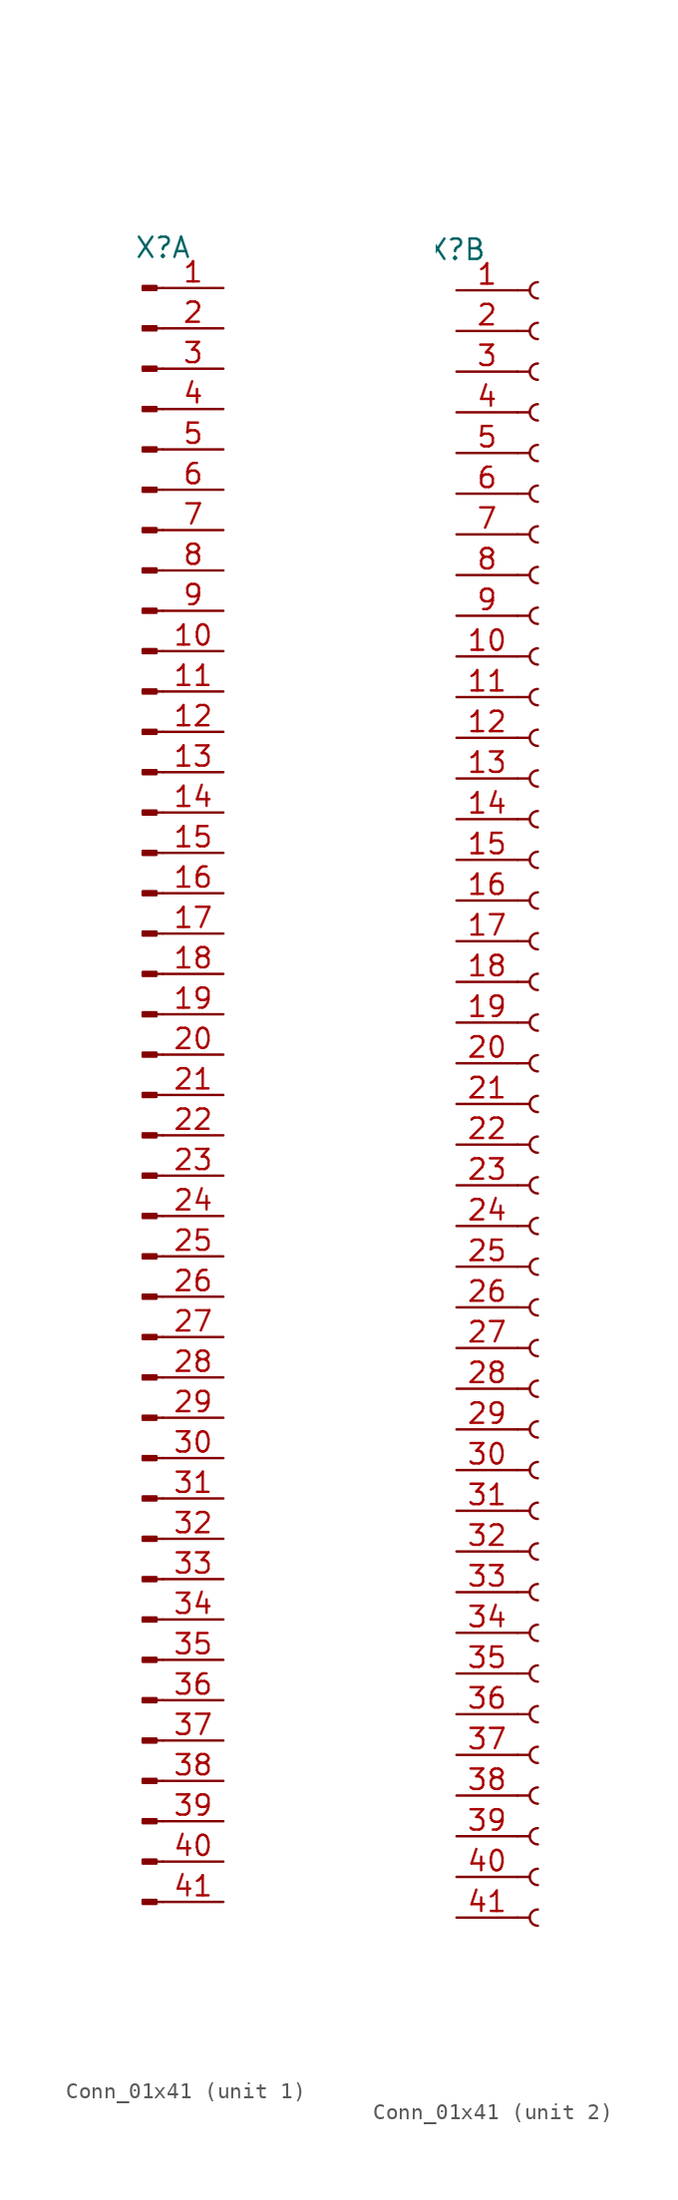
<source format=kicad_sym>
(kicad_symbol_lib
  (version 20241209)
  (generator "kicad_symbol_editor")
  (generator_version "9.0")
  (symbol "Conn_01x41"
    (pin_names
      (offset 1.016)
      (hide yes))
    (property "Reference" "X"
      (at 0 53.34 0)
      (effects (font (size 1.27 1.27))))
    (property "ki_locked" ""
      (at 0 0 0)
      (effects (font (size 1.27 1.27))))
    (symbol "Conn_01x41_1_1"
      (rectangle (start -0.406 50.927) (end -1.27 50.673) (stroke (width 0.152) (type default)) (fill (type outline)))
      (rectangle (start -0.406 48.387) (end -1.27 48.133) (stroke (width 0.152) (type default)) (fill (type outline)))
      (rectangle (start -0.406 45.847) (end -1.27 45.593) (stroke (width 0.152) (type default)) (fill (type outline)))
      (rectangle (start -0.406 43.307) (end -1.27 43.053) (stroke (width 0.152) (type default)) (fill (type outline)))
      (rectangle (start -0.406 40.767) (end -1.27 40.513) (stroke (width 0.152) (type default)) (fill (type outline)))
      (rectangle (start -0.406 38.227) (end -1.27 37.973) (stroke (width 0.152) (type default)) (fill (type outline)))
      (rectangle (start -0.406 35.687) (end -1.27 35.433) (stroke (width 0.152) (type default)) (fill (type outline)))
      (rectangle (start -0.406 33.147) (end -1.27 32.893) (stroke (width 0.152) (type default)) (fill (type outline)))
      (rectangle (start -0.406 30.607) (end -1.27 30.353) (stroke (width 0.152) (type default)) (fill (type outline)))
      (rectangle (start -0.406 28.067) (end -1.27 27.813) (stroke (width 0.152) (type default)) (fill (type outline)))
      (rectangle (start -0.406 25.527) (end -1.27 25.273) (stroke (width 0.152) (type default)) (fill (type outline)))
      (rectangle (start -0.406 22.987) (end -1.27 22.733) (stroke (width 0.152) (type default)) (fill (type outline)))
      (rectangle (start -0.406 20.447) (end -1.27 20.193) (stroke (width 0.152) (type default)) (fill (type outline)))
      (rectangle (start -0.406 17.907) (end -1.27 17.653) (stroke (width 0.152) (type default)) (fill (type outline)))
      (rectangle (start -0.406 15.367) (end -1.27 15.113) (stroke (width 0.152) (type default)) (fill (type outline)))
      (rectangle (start -0.406 12.827) (end -1.27 12.573) (stroke (width 0.152) (type default)) (fill (type outline)))
      (rectangle (start -0.406 10.287) (end -1.27 10.033) (stroke (width 0.152) (type default)) (fill (type outline)))
      (rectangle (start -0.406 7.747) (end -1.27 7.493) (stroke (width 0.152) (type default)) (fill (type outline)))
      (rectangle (start -0.406 5.207) (end -1.27 4.953) (stroke (width 0.152) (type default)) (fill (type outline)))
      (rectangle (start -0.406 2.667) (end -1.27 2.413) (stroke (width 0.152) (type default)) (fill (type outline)))
      (rectangle (start -0.406 0.127) (end -1.27 -0.127) (stroke (width 0.152) (type default)) (fill (type outline)))
      (rectangle (start -0.406 -2.413) (end -1.27 -2.667) (stroke (width 0.152) (type default)) (fill (type outline)))
      (rectangle (start -0.406 -4.953) (end -1.27 -5.207) (stroke (width 0.152) (type default)) (fill (type outline)))
      (rectangle (start -0.406 -7.493) (end -1.27 -7.747) (stroke (width 0.152) (type default)) (fill (type outline)))
      (rectangle (start -0.406 -10.033) (end -1.27 -10.287) (stroke (width 0.152) (type default)) (fill (type outline)))
      (rectangle (start -0.406 -12.573) (end -1.27 -12.827) (stroke (width 0.152) (type default)) (fill (type outline)))
      (rectangle (start -0.406 -15.113) (end -1.27 -15.367) (stroke (width 0.152) (type default)) (fill (type outline)))
      (rectangle (start -0.406 -17.653) (end -1.27 -17.907) (stroke (width 0.152) (type default)) (fill (type outline)))
      (rectangle (start -0.406 -20.193) (end -1.27 -20.447) (stroke (width 0.152) (type default)) (fill (type outline)))
      (rectangle (start -0.406 -22.733) (end -1.27 -22.987) (stroke (width 0.152) (type default)) (fill (type outline)))
      (rectangle (start -0.406 -25.273) (end -1.27 -25.527) (stroke (width 0.152) (type default)) (fill (type outline)))
      (rectangle (start -0.406 -27.813) (end -1.27 -28.067) (stroke (width 0.152) (type default)) (fill (type outline)))
      (rectangle (start -0.406 -30.353) (end -1.27 -30.607) (stroke (width 0.152) (type default)) (fill (type outline)))
      (rectangle (start -0.406 -32.893) (end -1.27 -33.147) (stroke (width 0.152) (type default)) (fill (type outline)))
      (rectangle (start -0.406 -35.433) (end -1.27 -35.687) (stroke (width 0.152) (type default)) (fill (type outline)))
      (rectangle (start -0.406 -37.973) (end -1.27 -38.227) (stroke (width 0.152) (type default)) (fill (type outline)))
      (rectangle (start -0.406 -40.513) (end -1.27 -40.767) (stroke (width 0.152) (type default)) (fill (type outline)))
      (rectangle (start -0.406 -43.053) (end -1.27 -43.307) (stroke (width 0.152) (type default)) (fill (type outline)))
      (rectangle (start -0.406 -45.593) (end -1.27 -45.847) (stroke (width 0.152) (type default)) (fill (type outline)))
      (rectangle (start -0.406 -48.133) (end -1.27 -48.387) (stroke (width 0.152) (type default)) (fill (type outline)))
      (rectangle (start -0.406 -50.673) (end -1.27 -50.927) (stroke (width 0.152) (type default)) (fill (type outline)))
      (polyline (pts (xy 0 50.8) (xy -0.406 50.8)) (stroke (width 0.152) (type default)) (fill (type none)))
      (polyline (pts (xy 0 48.26) (xy -0.406 48.26)) (stroke (width 0.152) (type default)) (fill (type none)))
      (polyline (pts (xy 0 45.72) (xy -0.406 45.72)) (stroke (width 0.152) (type default)) (fill (type none)))
      (polyline (pts (xy 0 43.18) (xy -0.406 43.18)) (stroke (width 0.152) (type default)) (fill (type none)))
      (polyline (pts (xy 0 40.64) (xy -0.406 40.64)) (stroke (width 0.152) (type default)) (fill (type none)))
      (polyline (pts (xy 0 38.1) (xy -0.406 38.1)) (stroke (width 0.152) (type default)) (fill (type none)))
      (polyline (pts (xy 0 35.56) (xy -0.406 35.56)) (stroke (width 0.152) (type default)) (fill (type none)))
      (polyline (pts (xy 0 33.02) (xy -0.406 33.02)) (stroke (width 0.152) (type default)) (fill (type none)))
      (polyline (pts (xy 0 30.48) (xy -0.406 30.48)) (stroke (width 0.152) (type default)) (fill (type none)))
      (polyline (pts (xy 0 27.94) (xy -0.406 27.94)) (stroke (width 0.152) (type default)) (fill (type none)))
      (polyline (pts (xy 0 25.4) (xy -0.406 25.4)) (stroke (width 0.152) (type default)) (fill (type none)))
      (polyline (pts (xy 0 22.86) (xy -0.406 22.86)) (stroke (width 0.152) (type default)) (fill (type none)))
      (polyline (pts (xy 0 20.32) (xy -0.406 20.32)) (stroke (width 0.152) (type default)) (fill (type none)))
      (polyline (pts (xy 0 17.78) (xy -0.406 17.78)) (stroke (width 0.152) (type default)) (fill (type none)))
      (polyline (pts (xy 0 15.24) (xy -0.406 15.24)) (stroke (width 0.152) (type default)) (fill (type none)))
      (polyline (pts (xy 0 12.7) (xy -0.406 12.7)) (stroke (width 0.152) (type default)) (fill (type none)))
      (polyline (pts (xy 0 10.16) (xy -0.406 10.16)) (stroke (width 0.152) (type default)) (fill (type none)))
      (polyline (pts (xy 0 7.62) (xy -0.406 7.62)) (stroke (width 0.152) (type default)) (fill (type none)))
      (polyline (pts (xy 0 5.08) (xy -0.406 5.08)) (stroke (width 0.152) (type default)) (fill (type none)))
      (polyline (pts (xy 0 2.54) (xy -0.406 2.54)) (stroke (width 0.152) (type default)) (fill (type none)))
      (polyline (pts (xy 0 0) (xy -0.406 0)) (stroke (width 0.152) (type default)) (fill (type none)))
      (polyline (pts (xy 0 -2.54) (xy -0.406 -2.54)) (stroke (width 0.152) (type default)) (fill (type none)))
      (polyline (pts (xy 0 -5.08) (xy -0.406 -5.08)) (stroke (width 0.152) (type default)) (fill (type none)))
      (polyline (pts (xy 0 -7.62) (xy -0.406 -7.62)) (stroke (width 0.152) (type default)) (fill (type none)))
      (polyline (pts (xy 0 -10.16) (xy -0.406 -10.16)) (stroke (width 0.152) (type default)) (fill (type none)))
      (polyline (pts (xy 0 -12.7) (xy -0.406 -12.7)) (stroke (width 0.152) (type default)) (fill (type none)))
      (polyline (pts (xy 0 -15.24) (xy -0.406 -15.24)) (stroke (width 0.152) (type default)) (fill (type none)))
      (polyline (pts (xy 0 -17.78) (xy -0.406 -17.78)) (stroke (width 0.152) (type default)) (fill (type none)))
      (polyline (pts (xy 0 -20.32) (xy -0.406 -20.32)) (stroke (width 0.152) (type default)) (fill (type none)))
      (polyline (pts (xy 0 -22.86) (xy -0.406 -22.86)) (stroke (width 0.152) (type default)) (fill (type none)))
      (polyline (pts (xy 0 -25.4) (xy -0.406 -25.4)) (stroke (width 0.152) (type default)) (fill (type none)))
      (polyline (pts (xy 0 -27.94) (xy -0.406 -27.94)) (stroke (width 0.152) (type default)) (fill (type none)))
      (polyline (pts (xy 0 -30.48) (xy -0.406 -30.48)) (stroke (width 0.152) (type default)) (fill (type none)))
      (polyline (pts (xy 0 -33.02) (xy -0.406 -33.02)) (stroke (width 0.152) (type default)) (fill (type none)))
      (polyline (pts (xy 0 -35.56) (xy -0.406 -35.56)) (stroke (width 0.152) (type default)) (fill (type none)))
      (polyline (pts (xy 0 -38.1) (xy -0.406 -38.1)) (stroke (width 0.152) (type default)) (fill (type none)))
      (polyline (pts (xy 0 -40.64) (xy -0.406 -40.64)) (stroke (width 0.152) (type default)) (fill (type none)))
      (polyline (pts (xy 0 -43.18) (xy -0.406 -43.18)) (stroke (width 0.152) (type default)) (fill (type none)))
      (polyline (pts (xy 0 -45.72) (xy -0.406 -45.72)) (stroke (width 0.152) (type default)) (fill (type none)))
      (polyline (pts (xy 0 -48.26) (xy -0.406 -48.26)) (stroke (width 0.152) (type default)) (fill (type none)))
      (polyline (pts (xy 0 -50.8) (xy -0.406 -50.8)) (stroke (width 0.152) (type default)) (fill (type none)))
      (pin passive line (at 3.81 50.8 180) (length 3.81) (name "Pin_1" (effects (font (size 1.27 1.27)))) (number "1" (effects (font (size 1.27 1.27)))))
      (pin passive line (at 3.81 48.26 180) (length 3.81) (name "Pin_2" (effects (font (size 1.27 1.27)))) (number "2" (effects (font (size 1.27 1.27)))))
      (pin passive line (at 3.81 45.72 180) (length 3.81) (name "Pin_3" (effects (font (size 1.27 1.27)))) (number "3" (effects (font (size 1.27 1.27)))))
      (pin passive line (at 3.81 43.18 180) (length 3.81) (name "Pin_4" (effects (font (size 1.27 1.27)))) (number "4" (effects (font (size 1.27 1.27)))))
      (pin passive line (at 3.81 40.64 180) (length 3.81) (name "Pin_5" (effects (font (size 1.27 1.27)))) (number "5" (effects (font (size 1.27 1.27)))))
      (pin passive line (at 3.81 38.1 180) (length 3.81) (name "Pin_6" (effects (font (size 1.27 1.27)))) (number "6" (effects (font (size 1.27 1.27)))))
      (pin passive line (at 3.81 35.56 180) (length 3.81) (name "Pin_7" (effects (font (size 1.27 1.27)))) (number "7" (effects (font (size 1.27 1.27)))))
      (pin passive line (at 3.81 33.02 180) (length 3.81) (name "Pin_8" (effects (font (size 1.27 1.27)))) (number "8" (effects (font (size 1.27 1.27)))))
      (pin passive line (at 3.81 30.48 180) (length 3.81) (name "Pin_9" (effects (font (size 1.27 1.27)))) (number "9" (effects (font (size 1.27 1.27)))))
      (pin passive line (at 3.81 27.94 180) (length 3.81) (name "Pin_10" (effects (font (size 1.27 1.27)))) (number "10" (effects (font (size 1.27 1.27)))))
      (pin passive line (at 3.81 25.4 180) (length 3.81) (name "Pin_11" (effects (font (size 1.27 1.27)))) (number "11" (effects (font (size 1.27 1.27)))))
      (pin passive line (at 3.81 22.86 180) (length 3.81) (name "Pin_12" (effects (font (size 1.27 1.27)))) (number "12" (effects (font (size 1.27 1.27)))))
      (pin passive line (at 3.81 20.32 180) (length 3.81) (name "Pin_13" (effects (font (size 1.27 1.27)))) (number "13" (effects (font (size 1.27 1.27)))))
      (pin passive line (at 3.81 17.78 180) (length 3.81) (name "Pin_14" (effects (font (size 1.27 1.27)))) (number "14" (effects (font (size 1.27 1.27)))))
      (pin passive line (at 3.81 15.24 180) (length 3.81) (name "Pin_15" (effects (font (size 1.27 1.27)))) (number "15" (effects (font (size 1.27 1.27)))))
      (pin passive line (at 3.81 12.7 180) (length 3.81) (name "Pin_16" (effects (font (size 1.27 1.27)))) (number "16" (effects (font (size 1.27 1.27)))))
      (pin passive line (at 3.81 10.16 180) (length 3.81) (name "Pin_17" (effects (font (size 1.27 1.27)))) (number "17" (effects (font (size 1.27 1.27)))))
      (pin passive line (at 3.81 7.62 180) (length 3.81) (name "Pin_18" (effects (font (size 1.27 1.27)))) (number "18" (effects (font (size 1.27 1.27)))))
      (pin passive line (at 3.81 5.08 180) (length 3.81) (name "Pin_19" (effects (font (size 1.27 1.27)))) (number "19" (effects (font (size 1.27 1.27)))))
      (pin passive line (at 3.81 2.54 180) (length 3.81) (name "Pin_20" (effects (font (size 1.27 1.27)))) (number "20" (effects (font (size 1.27 1.27)))))
      (pin passive line (at 3.81 0 180) (length 3.81) (name "Pin_21" (effects (font (size 1.27 1.27)))) (number "21" (effects (font (size 1.27 1.27)))))
      (pin passive line (at 3.81 -2.54 180) (length 3.81) (name "Pin_22" (effects (font (size 1.27 1.27)))) (number "22" (effects (font (size 1.27 1.27)))))
      (pin passive line (at 3.81 -5.08 180) (length 3.81) (name "Pin_23" (effects (font (size 1.27 1.27)))) (number "23" (effects (font (size 1.27 1.27)))))
      (pin passive line (at 3.81 -7.62 180) (length 3.81) (name "Pin_24" (effects (font (size 1.27 1.27)))) (number "24" (effects (font (size 1.27 1.27)))))
      (pin passive line (at 3.81 -10.16 180) (length 3.81) (name "Pin_25" (effects (font (size 1.27 1.27)))) (number "25" (effects (font (size 1.27 1.27)))))
      (pin passive line (at 3.81 -12.7 180) (length 3.81) (name "Pin_26" (effects (font (size 1.27 1.27)))) (number "26" (effects (font (size 1.27 1.27)))))
      (pin passive line (at 3.81 -15.24 180) (length 3.81) (name "Pin_27" (effects (font (size 1.27 1.27)))) (number "27" (effects (font (size 1.27 1.27)))))
      (pin passive line (at 3.81 -17.78 180) (length 3.81) (name "Pin_28" (effects (font (size 1.27 1.27)))) (number "28" (effects (font (size 1.27 1.27)))))
      (pin passive line (at 3.81 -20.32 180) (length 3.81) (name "Pin_29" (effects (font (size 1.27 1.27)))) (number "29" (effects (font (size 1.27 1.27)))))
      (pin passive line (at 3.81 -22.86 180) (length 3.81) (name "Pin_30" (effects (font (size 1.27 1.27)))) (number "30" (effects (font (size 1.27 1.27)))))
      (pin passive line (at 3.81 -25.4 180) (length 3.81) (name "Pin_31" (effects (font (size 1.27 1.27)))) (number "31" (effects (font (size 1.27 1.27)))))
      (pin passive line (at 3.81 -27.94 180) (length 3.81) (name "Pin_32" (effects (font (size 1.27 1.27)))) (number "32" (effects (font (size 1.27 1.27)))))
      (pin passive line (at 3.81 -30.48 180) (length 3.81) (name "Pin_33" (effects (font (size 1.27 1.27)))) (number "33" (effects (font (size 1.27 1.27)))))
      (pin passive line (at 3.81 -33.02 180) (length 3.81) (name "Pin_34" (effects (font (size 1.27 1.27)))) (number "34" (effects (font (size 1.27 1.27)))))
      (pin passive line (at 3.81 -35.56 180) (length 3.81) (name "Pin_35" (effects (font (size 1.27 1.27)))) (number "35" (effects (font (size 1.27 1.27)))))
      (pin passive line (at 3.81 -38.1 180) (length 3.81) (name "Pin_36" (effects (font (size 1.27 1.27)))) (number "36" (effects (font (size 1.27 1.27)))))
      (pin passive line (at 3.81 -40.64 180) (length 3.81) (name "Pin_37" (effects (font (size 1.27 1.27)))) (number "37" (effects (font (size 1.27 1.27)))))
      (pin passive line (at 3.81 -43.18 180) (length 3.81) (name "Pin_38" (effects (font (size 1.27 1.27)))) (number "38" (effects (font (size 1.27 1.27)))))
      (pin passive line (at 3.81 -45.72 180) (length 3.81) (name "Pin_39" (effects (font (size 1.27 1.27)))) (number "39" (effects (font (size 1.27 1.27)))))
      (pin passive line (at 3.81 -48.26 180) (length 3.81) (name "Pin_40" (effects (font (size 1.27 1.27)))) (number "40" (effects (font (size 1.27 1.27)))))
      (pin passive line (at 3.81 -50.8 180) (length 3.81) (name "Pin_41" (effects (font (size 1.27 1.27)))) (number "41" (effects (font (size 1.27 1.27))))))
    (symbol "Conn_01x41_2_1"
      (polyline (pts (xy 3.81 50.8) (xy 4.572 50.8)) (stroke (width 0.152) (type default)) (fill (type none)))
      (polyline (pts (xy 3.81 48.26) (xy 4.572 48.26)) (stroke (width 0.152) (type default)) (fill (type none)))
      (polyline (pts (xy 3.81 45.72) (xy 4.572 45.72)) (stroke (width 0.152) (type default)) (fill (type none)))
      (polyline (pts (xy 3.81 43.18) (xy 4.572 43.18)) (stroke (width 0.152) (type default)) (fill (type none)))
      (polyline (pts (xy 3.81 40.64) (xy 4.572 40.64)) (stroke (width 0.152) (type default)) (fill (type none)))
      (polyline (pts (xy 3.81 38.1) (xy 4.572 38.1)) (stroke (width 0.152) (type default)) (fill (type none)))
      (polyline (pts (xy 3.81 35.56) (xy 4.572 35.56)) (stroke (width 0.152) (type default)) (fill (type none)))
      (polyline (pts (xy 3.81 33.02) (xy 4.572 33.02)) (stroke (width 0.152) (type default)) (fill (type none)))
      (polyline (pts (xy 3.81 30.48) (xy 4.572 30.48)) (stroke (width 0.152) (type default)) (fill (type none)))
      (polyline (pts (xy 3.81 27.94) (xy 4.572 27.94)) (stroke (width 0.152) (type default)) (fill (type none)))
      (polyline (pts (xy 3.81 25.4) (xy 4.572 25.4)) (stroke (width 0.152) (type default)) (fill (type none)))
      (polyline (pts (xy 3.81 22.86) (xy 4.572 22.86)) (stroke (width 0.152) (type default)) (fill (type none)))
      (polyline (pts (xy 3.81 20.32) (xy 4.572 20.32)) (stroke (width 0.152) (type default)) (fill (type none)))
      (polyline (pts (xy 3.81 17.78) (xy 4.572 17.78)) (stroke (width 0.152) (type default)) (fill (type none)))
      (polyline (pts (xy 3.81 15.24) (xy 4.572 15.24)) (stroke (width 0.152) (type default)) (fill (type none)))
      (polyline (pts (xy 3.81 12.7) (xy 4.572 12.7)) (stroke (width 0.152) (type default)) (fill (type none)))
      (polyline (pts (xy 3.81 10.16) (xy 4.572 10.16)) (stroke (width 0.152) (type default)) (fill (type none)))
      (polyline (pts (xy 3.81 7.62) (xy 4.572 7.62)) (stroke (width 0.152) (type default)) (fill (type none)))
      (polyline (pts (xy 3.81 5.08) (xy 4.572 5.08)) (stroke (width 0.152) (type default)) (fill (type none)))
      (polyline (pts (xy 3.81 2.54) (xy 4.572 2.54)) (stroke (width 0.152) (type default)) (fill (type none)))
      (polyline (pts (xy 3.81 0) (xy 4.572 0)) (stroke (width 0.152) (type default)) (fill (type none)))
      (polyline (pts (xy 3.81 -2.54) (xy 4.572 -2.54)) (stroke (width 0.152) (type default)) (fill (type none)))
      (polyline (pts (xy 3.81 -5.08) (xy 4.572 -5.08)) (stroke (width 0.152) (type default)) (fill (type none)))
      (polyline (pts (xy 3.81 -7.62) (xy 4.572 -7.62)) (stroke (width 0.152) (type default)) (fill (type none)))
      (polyline (pts (xy 3.81 -10.16) (xy 4.572 -10.16)) (stroke (width 0.152) (type default)) (fill (type none)))
      (polyline (pts (xy 3.81 -12.7) (xy 4.572 -12.7)) (stroke (width 0.152) (type default)) (fill (type none)))
      (polyline (pts (xy 3.81 -15.24) (xy 4.572 -15.24)) (stroke (width 0.152) (type default)) (fill (type none)))
      (polyline (pts (xy 3.81 -17.78) (xy 4.572 -17.78)) (stroke (width 0.152) (type default)) (fill (type none)))
      (polyline (pts (xy 3.81 -20.32) (xy 4.572 -20.32)) (stroke (width 0.152) (type default)) (fill (type none)))
      (polyline (pts (xy 3.81 -22.86) (xy 4.572 -22.86)) (stroke (width 0.152) (type default)) (fill (type none)))
      (polyline (pts (xy 3.81 -25.4) (xy 4.572 -25.4)) (stroke (width 0.152) (type default)) (fill (type none)))
      (polyline (pts (xy 3.81 -27.94) (xy 4.572 -27.94)) (stroke (width 0.152) (type default)) (fill (type none)))
      (polyline (pts (xy 3.81 -30.48) (xy 4.572 -30.48)) (stroke (width 0.152) (type default)) (fill (type none)))
      (polyline (pts (xy 3.81 -33.02) (xy 4.572 -33.02)) (stroke (width 0.152) (type default)) (fill (type none)))
      (polyline (pts (xy 3.81 -35.56) (xy 4.572 -35.56)) (stroke (width 0.152) (type default)) (fill (type none)))
      (polyline (pts (xy 3.81 -38.1) (xy 4.572 -38.1)) (stroke (width 0.152) (type default)) (fill (type none)))
      (polyline (pts (xy 3.81 -40.64) (xy 4.572 -40.64)) (stroke (width 0.152) (type default)) (fill (type none)))
      (polyline (pts (xy 3.81 -43.18) (xy 4.572 -43.18)) (stroke (width 0.152) (type default)) (fill (type none)))
      (polyline (pts (xy 3.81 -45.72) (xy 4.572 -45.72)) (stroke (width 0.152) (type default)) (fill (type none)))
      (polyline (pts (xy 3.81 -48.26) (xy 4.572 -48.26)) (stroke (width 0.152) (type default)) (fill (type none)))
      (polyline (pts (xy 3.81 -50.8) (xy 4.572 -50.8)) (stroke (width 0.152) (type default)) (fill (type none)))
      (arc (start 5.08 50.292) (mid 4.5742 50.8) (end 5.08 51.308) (stroke (width 0.1524) (type default)) (fill (type none)))
      (arc (start 5.08 47.752) (mid 4.5742 48.26) (end 5.08 48.768) (stroke (width 0.1524) (type default)) (fill (type none)))
      (arc (start 5.08 45.212) (mid 4.5742 45.72) (end 5.08 46.228) (stroke (width 0.1524) (type default)) (fill (type none)))
      (arc (start 5.08 42.672) (mid 4.5742 43.18) (end 5.08 43.688) (stroke (width 0.1524) (type default)) (fill (type none)))
      (arc (start 5.08 40.132) (mid 4.5742 40.64) (end 5.08 41.148) (stroke (width 0.1524) (type default)) (fill (type none)))
      (arc (start 5.08 37.592) (mid 4.5742 38.1) (end 5.08 38.608) (stroke (width 0.1524) (type default)) (fill (type none)))
      (arc (start 5.08 35.052) (mid 4.5742 35.56) (end 5.08 36.068) (stroke (width 0.1524) (type default)) (fill (type none)))
      (arc (start 5.08 32.512) (mid 4.5742 33.02) (end 5.08 33.528) (stroke (width 0.1524) (type default)) (fill (type none)))
      (arc (start 5.08 29.972) (mid 4.5742 30.48) (end 5.08 30.988) (stroke (width 0.1524) (type default)) (fill (type none)))
      (arc (start 5.08 27.432) (mid 4.5742 27.94) (end 5.08 28.448) (stroke (width 0.1524) (type default)) (fill (type none)))
      (arc (start 5.08 24.892) (mid 4.5742 25.4) (end 5.08 25.908) (stroke (width 0.1524) (type default)) (fill (type none)))
      (arc (start 5.08 22.352) (mid 4.5742 22.86) (end 5.08 23.368) (stroke (width 0.1524) (type default)) (fill (type none)))
      (arc (start 5.08 19.812) (mid 4.5742 20.32) (end 5.08 20.828) (stroke (width 0.1524) (type default)) (fill (type none)))
      (arc (start 5.08 17.272) (mid 4.5742 17.78) (end 5.08 18.288) (stroke (width 0.1524) (type default)) (fill (type none)))
      (arc (start 5.08 14.732) (mid 4.5742 15.24) (end 5.08 15.748) (stroke (width 0.1524) (type default)) (fill (type none)))
      (arc (start 5.08 12.192) (mid 4.5742 12.7) (end 5.08 13.208) (stroke (width 0.1524) (type default)) (fill (type none)))
      (arc (start 5.08 9.652) (mid 4.5742 10.16) (end 5.08 10.668) (stroke (width 0.1524) (type default)) (fill (type none)))
      (arc (start 5.08 7.112) (mid 4.5742 7.62) (end 5.08 8.128) (stroke (width 0.1524) (type default)) (fill (type none)))
      (arc (start 5.08 4.572) (mid 4.5742 5.08) (end 5.08 5.588) (stroke (width 0.1524) (type default)) (fill (type none)))
      (arc (start 5.08 2.032) (mid 4.5742 2.54) (end 5.08 3.048) (stroke (width 0.1524) (type default)) (fill (type none)))
      (arc (start 5.08 -0.508) (mid 4.5742 0) (end 5.08 0.508) (stroke (width 0.1524) (type default)) (fill (type none)))
      (arc (start 5.08 -3.048) (mid 4.5742 -2.54) (end 5.08 -2.032) (stroke (width 0.1524) (type default)) (fill (type none)))
      (arc (start 5.08 -5.588) (mid 4.5742 -5.08) (end 5.08 -4.572) (stroke (width 0.1524) (type default)) (fill (type none)))
      (arc (start 5.08 -8.128) (mid 4.5742 -7.62) (end 5.08 -7.112) (stroke (width 0.1524) (type default)) (fill (type none)))
      (arc (start 5.08 -10.668) (mid 4.5742 -10.16) (end 5.08 -9.652) (stroke (width 0.1524) (type default)) (fill (type none)))
      (arc (start 5.08 -13.208) (mid 4.5742 -12.7) (end 5.08 -12.192) (stroke (width 0.1524) (type default)) (fill (type none)))
      (arc (start 5.08 -15.748) (mid 4.5742 -15.24) (end 5.08 -14.732) (stroke (width 0.1524) (type default)) (fill (type none)))
      (arc (start 5.08 -18.288) (mid 4.5742 -17.78) (end 5.08 -17.272) (stroke (width 0.1524) (type default)) (fill (type none)))
      (arc (start 5.08 -20.828) (mid 4.5742 -20.32) (end 5.08 -19.812) (stroke (width 0.1524) (type default)) (fill (type none)))
      (arc (start 5.08 -23.368) (mid 4.5742 -22.86) (end 5.08 -22.352) (stroke (width 0.1524) (type default)) (fill (type none)))
      (arc (start 5.08 -25.908) (mid 4.5742 -25.4) (end 5.08 -24.892) (stroke (width 0.1524) (type default)) (fill (type none)))
      (arc (start 5.08 -28.448) (mid 4.5742 -27.94) (end 5.08 -27.432) (stroke (width 0.1524) (type default)) (fill (type none)))
      (arc (start 5.08 -30.988) (mid 4.5742 -30.48) (end 5.08 -29.972) (stroke (width 0.1524) (type default)) (fill (type none)))
      (arc (start 5.08 -33.528) (mid 4.5742 -33.02) (end 5.08 -32.512) (stroke (width 0.1524) (type default)) (fill (type none)))
      (arc (start 5.08 -36.068) (mid 4.5742 -35.56) (end 5.08 -35.052) (stroke (width 0.1524) (type default)) (fill (type none)))
      (arc (start 5.08 -38.608) (mid 4.5742 -38.1) (end 5.08 -37.592) (stroke (width 0.1524) (type default)) (fill (type none)))
      (arc (start 5.08 -41.148) (mid 4.5742 -40.64) (end 5.08 -40.132) (stroke (width 0.1524) (type default)) (fill (type none)))
      (arc (start 5.08 -43.688) (mid 4.5742 -43.18) (end 5.08 -42.672) (stroke (width 0.1524) (type default)) (fill (type none)))
      (arc (start 5.08 -46.228) (mid 4.5742 -45.72) (end 5.08 -45.212) (stroke (width 0.1524) (type default)) (fill (type none)))
      (arc (start 5.08 -48.768) (mid 4.5742 -48.26) (end 5.08 -47.752) (stroke (width 0.1524) (type default)) (fill (type none)))
      (arc (start 5.08 -51.308) (mid 4.5742 -50.8) (end 5.08 -50.292) (stroke (width 0.1524) (type default)) (fill (type none)))
      (pin passive line (at 0 50.8 0) (length 3.81) (name "Pin_1" (effects (font (size 1.27 1.27)))) (number "1" (effects (font (size 1.27 1.27)))))
      (pin passive line (at 0 48.26 0) (length 3.81) (name "Pin_2" (effects (font (size 1.27 1.27)))) (number "2" (effects (font (size 1.27 1.27)))))
      (pin passive line (at 0 45.72 0) (length 3.81) (name "Pin_3" (effects (font (size 1.27 1.27)))) (number "3" (effects (font (size 1.27 1.27)))))
      (pin passive line (at 0 43.18 0) (length 3.81) (name "Pin_4" (effects (font (size 1.27 1.27)))) (number "4" (effects (font (size 1.27 1.27)))))
      (pin passive line (at 0 40.64 0) (length 3.81) (name "Pin_5" (effects (font (size 1.27 1.27)))) (number "5" (effects (font (size 1.27 1.27)))))
      (pin passive line (at 0 38.1 0) (length 3.81) (name "Pin_6" (effects (font (size 1.27 1.27)))) (number "6" (effects (font (size 1.27 1.27)))))
      (pin passive line (at 0 35.56 0) (length 3.81) (name "Pin_7" (effects (font (size 1.27 1.27)))) (number "7" (effects (font (size 1.27 1.27)))))
      (pin passive line (at 0 33.02 0) (length 3.81) (name "Pin_8" (effects (font (size 1.27 1.27)))) (number "8" (effects (font (size 1.27 1.27)))))
      (pin passive line (at 0 30.48 0) (length 3.81) (name "Pin_9" (effects (font (size 1.27 1.27)))) (number "9" (effects (font (size 1.27 1.27)))))
      (pin passive line (at 0 27.94 0) (length 3.81) (name "Pin_10" (effects (font (size 1.27 1.27)))) (number "10" (effects (font (size 1.27 1.27)))))
      (pin passive line (at 0 25.4 0) (length 3.81) (name "Pin_11" (effects (font (size 1.27 1.27)))) (number "11" (effects (font (size 1.27 1.27)))))
      (pin passive line (at 0 22.86 0) (length 3.81) (name "Pin_12" (effects (font (size 1.27 1.27)))) (number "12" (effects (font (size 1.27 1.27)))))
      (pin passive line (at 0 20.32 0) (length 3.81) (name "Pin_13" (effects (font (size 1.27 1.27)))) (number "13" (effects (font (size 1.27 1.27)))))
      (pin passive line (at 0 17.78 0) (length 3.81) (name "Pin_14" (effects (font (size 1.27 1.27)))) (number "14" (effects (font (size 1.27 1.27)))))
      (pin passive line (at 0 15.24 0) (length 3.81) (name "Pin_15" (effects (font (size 1.27 1.27)))) (number "15" (effects (font (size 1.27 1.27)))))
      (pin passive line (at 0 12.7 0) (length 3.81) (name "Pin_16" (effects (font (size 1.27 1.27)))) (number "16" (effects (font (size 1.27 1.27)))))
      (pin passive line (at 0 10.16 0) (length 3.81) (name "Pin_17" (effects (font (size 1.27 1.27)))) (number "17" (effects (font (size 1.27 1.27)))))
      (pin passive line (at 0 7.62 0) (length 3.81) (name "Pin_18" (effects (font (size 1.27 1.27)))) (number "18" (effects (font (size 1.27 1.27)))))
      (pin passive line (at 0 5.08 0) (length 3.81) (name "Pin_19" (effects (font (size 1.27 1.27)))) (number "19" (effects (font (size 1.27 1.27)))))
      (pin passive line (at 0 2.54 0) (length 3.81) (name "Pin_20" (effects (font (size 1.27 1.27)))) (number "20" (effects (font (size 1.27 1.27)))))
      (pin passive line (at 0 0 0) (length 3.81) (name "Pin_21" (effects (font (size 1.27 1.27)))) (number "21" (effects (font (size 1.27 1.27)))))
      (pin passive line (at 0 -2.54 0) (length 3.81) (name "Pin_22" (effects (font (size 1.27 1.27)))) (number "22" (effects (font (size 1.27 1.27)))))
      (pin passive line (at 0 -5.08 0) (length 3.81) (name "Pin_23" (effects (font (size 1.27 1.27)))) (number "23" (effects (font (size 1.27 1.27)))))
      (pin passive line (at 0 -7.62 0) (length 3.81) (name "Pin_24" (effects (font (size 1.27 1.27)))) (number "24" (effects (font (size 1.27 1.27)))))
      (pin passive line (at 0 -10.16 0) (length 3.81) (name "Pin_25" (effects (font (size 1.27 1.27)))) (number "25" (effects (font (size 1.27 1.27)))))
      (pin passive line (at 0 -12.7 0) (length 3.81) (name "Pin_26" (effects (font (size 1.27 1.27)))) (number "26" (effects (font (size 1.27 1.27)))))
      (pin passive line (at 0 -15.24 0) (length 3.81) (name "Pin_27" (effects (font (size 1.27 1.27)))) (number "27" (effects (font (size 1.27 1.27)))))
      (pin passive line (at 0 -17.78 0) (length 3.81) (name "Pin_28" (effects (font (size 1.27 1.27)))) (number "28" (effects (font (size 1.27 1.27)))))
      (pin passive line (at 0 -20.32 0) (length 3.81) (name "Pin_29" (effects (font (size 1.27 1.27)))) (number "29" (effects (font (size 1.27 1.27)))))
      (pin passive line (at 0 -22.86 0) (length 3.81) (name "Pin_30" (effects (font (size 1.27 1.27)))) (number "30" (effects (font (size 1.27 1.27)))))
      (pin passive line (at 0 -25.4 0) (length 3.81) (name "Pin_31" (effects (font (size 1.27 1.27)))) (number "31" (effects (font (size 1.27 1.27)))))
      (pin passive line (at 0 -27.94 0) (length 3.81) (name "Pin_32" (effects (font (size 1.27 1.27)))) (number "32" (effects (font (size 1.27 1.27)))))
      (pin passive line (at 0 -30.48 0) (length 3.81) (name "Pin_33" (effects (font (size 1.27 1.27)))) (number "33" (effects (font (size 1.27 1.27)))))
      (pin passive line (at 0 -33.02 0) (length 3.81) (name "Pin_34" (effects (font (size 1.27 1.27)))) (number "34" (effects (font (size 1.27 1.27)))))
      (pin passive line (at 0 -35.56 0) (length 3.81) (name "Pin_35" (effects (font (size 1.27 1.27)))) (number "35" (effects (font (size 1.27 1.27)))))
      (pin passive line (at 0 -38.1 0) (length 3.81) (name "Pin_36" (effects (font (size 1.27 1.27)))) (number "36" (effects (font (size 1.27 1.27)))))
      (pin passive line (at 0 -40.64 0) (length 3.81) (name "Pin_37" (effects (font (size 1.27 1.27)))) (number "37" (effects (font (size 1.27 1.27)))))
      (pin passive line (at 0 -43.18 0) (length 3.81) (name "Pin_38" (effects (font (size 1.27 1.27)))) (number "38" (effects (font (size 1.27 1.27)))))
      (pin passive line (at 0 -45.72 0) (length 3.81) (name "Pin_39" (effects (font (size 1.27 1.27)))) (number "39" (effects (font (size 1.27 1.27)))))
      (pin passive line (at 0 -48.26 0) (length 3.81) (name "Pin_40" (effects (font (size 1.27 1.27)))) (number "40" (effects (font (size 1.27 1.27)))))
      (pin passive line (at 0 -50.8 0) (length 3.81) (name "Pin_41" (effects (font (size 1.27 1.27)))) (number "41" (effects (font (size 1.27 1.27))))))))
</source>
